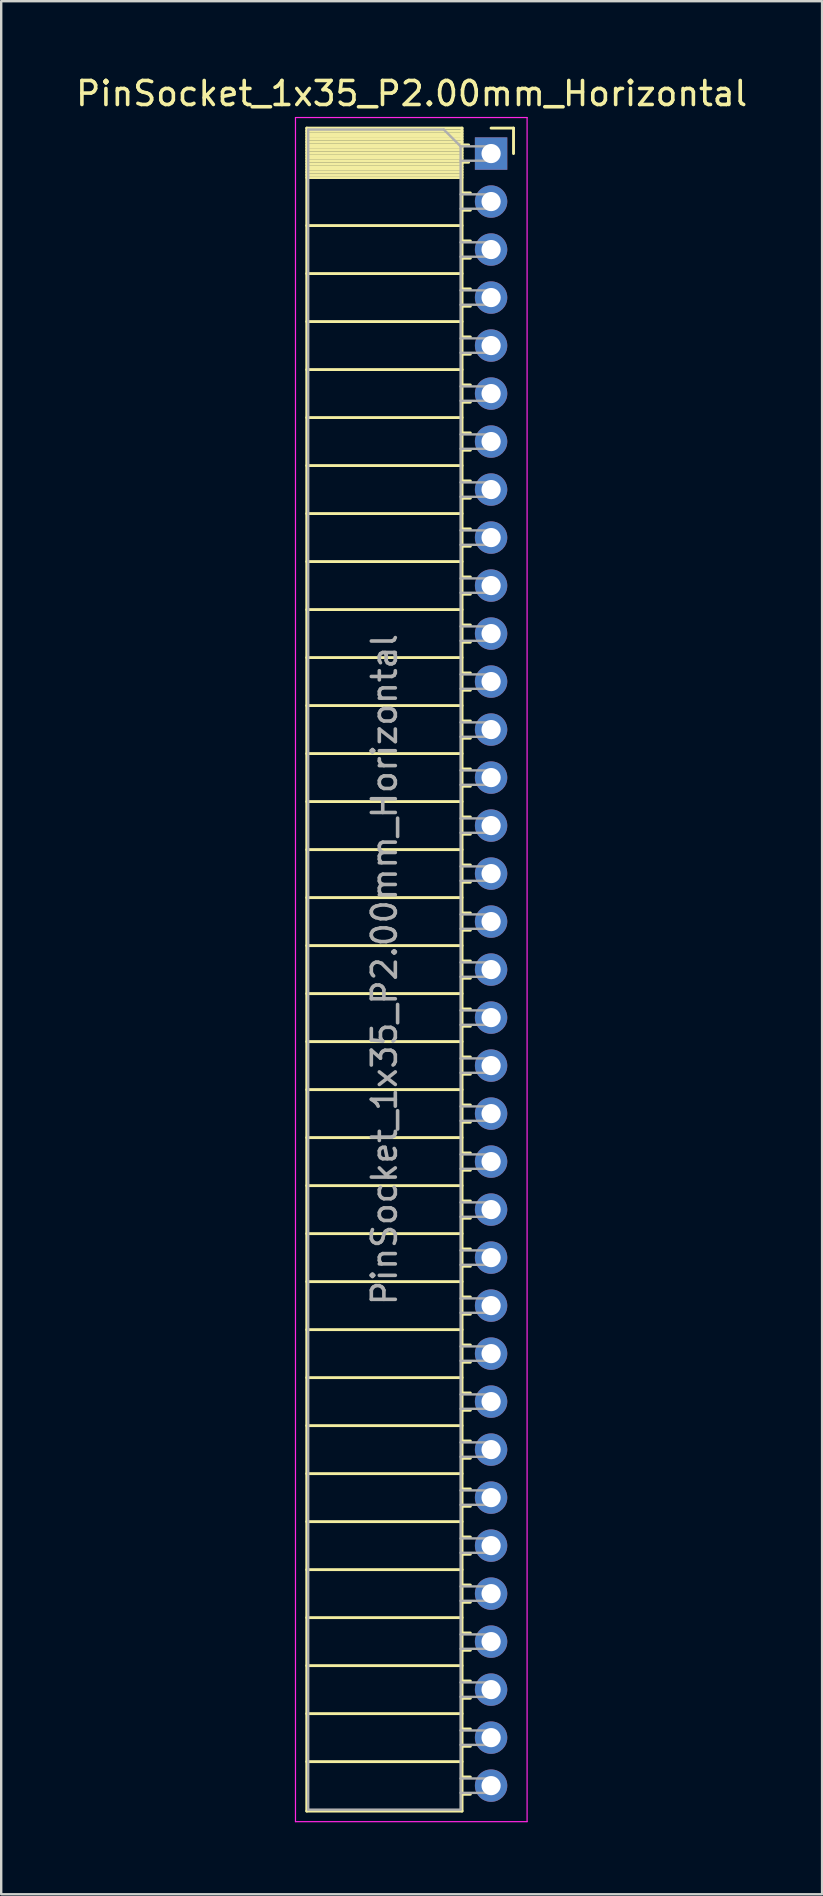
<source format=kicad_pcb>
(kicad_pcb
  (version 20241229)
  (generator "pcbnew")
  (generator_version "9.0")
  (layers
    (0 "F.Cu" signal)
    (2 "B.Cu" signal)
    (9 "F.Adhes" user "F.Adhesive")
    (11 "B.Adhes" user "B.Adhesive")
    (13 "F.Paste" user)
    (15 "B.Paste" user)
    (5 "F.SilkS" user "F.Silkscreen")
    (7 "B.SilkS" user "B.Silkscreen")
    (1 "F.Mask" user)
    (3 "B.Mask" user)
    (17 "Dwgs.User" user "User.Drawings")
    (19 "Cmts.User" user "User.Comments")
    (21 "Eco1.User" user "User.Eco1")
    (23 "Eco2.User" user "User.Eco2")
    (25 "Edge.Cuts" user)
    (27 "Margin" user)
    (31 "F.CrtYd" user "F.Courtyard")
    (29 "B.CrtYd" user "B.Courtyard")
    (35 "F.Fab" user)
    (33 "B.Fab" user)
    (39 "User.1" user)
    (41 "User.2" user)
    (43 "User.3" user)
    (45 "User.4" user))
  (footprint "PinSocket_1x35_P2.00mm_Horizontal"
    (layer "F.Cu")
    (at 17.411 3.348)
    (property "Reference" "PinSocket_1x35_P2.00mm_Horizontal" (at -3.31 -2.5 0) (layer "F.SilkS") (effects (font (size 1 1) (thickness 0.15))))
    (attr through_hole)
    (fp_line (start -7.68 -1.06) (end -7.68 69.06) (stroke (width 0.12) (type solid)) (layer "F.SilkS"))
    (fp_line (start -7.68 -1.06) (end -1.21 -1.06) (stroke (width 0.12) (type solid)) (layer "F.SilkS"))
    (fp_line (start -7.68 -0.94) (end -1.21 -0.94) (stroke (width 0.12) (type solid)) (layer "F.SilkS"))
    (fp_line (start -7.68 -0.826) (end -1.21 -0.826) (stroke (width 0.12) (type solid)) (layer "F.SilkS"))
    (fp_line (start -7.68 -0.712) (end -1.21 -0.712) (stroke (width 0.12) (type solid)) (layer "F.SilkS"))
    (fp_line (start -7.68 -0.598) (end -1.21 -0.598) (stroke (width 0.12) (type solid)) (layer "F.SilkS"))
    (fp_line (start -7.68 -0.484) (end -1.21 -0.484) (stroke (width 0.12) (type solid)) (layer "F.SilkS"))
    (fp_line (start -7.68 -0.369) (end -1.21 -0.369) (stroke (width 0.12) (type solid)) (layer "F.SilkS"))
    (fp_line (start -7.68 -0.255) (end -1.21 -0.255) (stroke (width 0.12) (type solid)) (layer "F.SilkS"))
    (fp_line (start -7.68 -0.141) (end -1.21 -0.141) (stroke (width 0.12) (type solid)) (layer "F.SilkS"))
    (fp_line (start -7.68 -0.027) (end -1.21 -0.027) (stroke (width 0.12) (type solid)) (layer "F.SilkS"))
    (fp_line (start -7.68 0.087) (end -1.21 0.087) (stroke (width 0.12) (type solid)) (layer "F.SilkS"))
    (fp_line (start -7.68 0.201) (end -1.21 0.201) (stroke (width 0.12) (type solid)) (layer "F.SilkS"))
    (fp_line (start -7.68 0.315) (end -1.21 0.315) (stroke (width 0.12) (type solid)) (layer "F.SilkS"))
    (fp_line (start -7.68 0.429) (end -1.21 0.429) (stroke (width 0.12) (type solid)) (layer "F.SilkS"))
    (fp_line (start -7.68 0.544) (end -1.21 0.544) (stroke (width 0.12) (type solid)) (layer "F.SilkS"))
    (fp_line (start -7.68 0.658) (end -1.21 0.658) (stroke (width 0.12) (type solid)) (layer "F.SilkS"))
    (fp_line (start -7.68 0.772) (end -1.21 0.772) (stroke (width 0.12) (type solid)) (layer "F.SilkS"))
    (fp_line (start -7.68 0.886) (end -1.21 0.886) (stroke (width 0.12) (type solid)) (layer "F.SilkS"))
    (fp_line (start -7.68 1) (end -1.21 1) (stroke (width 0.12) (type solid)) (layer "F.SilkS"))
    (fp_line (start -7.68 3) (end -1.21 3) (stroke (width 0.12) (type solid)) (layer "F.SilkS"))
    (fp_line (start -7.68 5) (end -1.21 5) (stroke (width 0.12) (type solid)) (layer "F.SilkS"))
    (fp_line (start -7.68 7) (end -1.21 7) (stroke (width 0.12) (type solid)) (layer "F.SilkS"))
    (fp_line (start -7.68 9) (end -1.21 9) (stroke (width 0.12) (type solid)) (layer "F.SilkS"))
    (fp_line (start -7.68 11) (end -1.21 11) (stroke (width 0.12) (type solid)) (layer "F.SilkS"))
    (fp_line (start -7.68 13) (end -1.21 13) (stroke (width 0.12) (type solid)) (layer "F.SilkS"))
    (fp_line (start -7.68 15) (end -1.21 15) (stroke (width 0.12) (type solid)) (layer "F.SilkS"))
    (fp_line (start -7.68 17) (end -1.21 17) (stroke (width 0.12) (type solid)) (layer "F.SilkS"))
    (fp_line (start -7.68 19) (end -1.21 19) (stroke (width 0.12) (type solid)) (layer "F.SilkS"))
    (fp_line (start -7.68 21) (end -1.21 21) (stroke (width 0.12) (type solid)) (layer "F.SilkS"))
    (fp_line (start -7.68 23) (end -1.21 23) (stroke (width 0.12) (type solid)) (layer "F.SilkS"))
    (fp_line (start -7.68 25) (end -1.21 25) (stroke (width 0.12) (type solid)) (layer "F.SilkS"))
    (fp_line (start -7.68 27) (end -1.21 27) (stroke (width 0.12) (type solid)) (layer "F.SilkS"))
    (fp_line (start -7.68 29) (end -1.21 29) (stroke (width 0.12) (type solid)) (layer "F.SilkS"))
    (fp_line (start -7.68 31) (end -1.21 31) (stroke (width 0.12) (type solid)) (layer "F.SilkS"))
    (fp_line (start -7.68 33) (end -1.21 33) (stroke (width 0.12) (type solid)) (layer "F.SilkS"))
    (fp_line (start -7.68 35) (end -1.21 35) (stroke (width 0.12) (type solid)) (layer "F.SilkS"))
    (fp_line (start -7.68 37) (end -1.21 37) (stroke (width 0.12) (type solid)) (layer "F.SilkS"))
    (fp_line (start -7.68 39) (end -1.21 39) (stroke (width 0.12) (type solid)) (layer "F.SilkS"))
    (fp_line (start -7.68 41) (end -1.21 41) (stroke (width 0.12) (type solid)) (layer "F.SilkS"))
    (fp_line (start -7.68 43) (end -1.21 43) (stroke (width 0.12) (type solid)) (layer "F.SilkS"))
    (fp_line (start -7.68 45) (end -1.21 45) (stroke (width 0.12) (type solid)) (layer "F.SilkS"))
    (fp_line (start -7.68 47) (end -1.21 47) (stroke (width 0.12) (type solid)) (layer "F.SilkS"))
    (fp_line (start -7.68 49) (end -1.21 49) (stroke (width 0.12) (type solid)) (layer "F.SilkS"))
    (fp_line (start -7.68 51) (end -1.21 51) (stroke (width 0.12) (type solid)) (layer "F.SilkS"))
    (fp_line (start -7.68 53) (end -1.21 53) (stroke (width 0.12) (type solid)) (layer "F.SilkS"))
    (fp_line (start -7.68 55) (end -1.21 55) (stroke (width 0.12) (type solid)) (layer "F.SilkS"))
    (fp_line (start -7.68 57) (end -1.21 57) (stroke (width 0.12) (type solid)) (layer "F.SilkS"))
    (fp_line (start -7.68 59) (end -1.21 59) (stroke (width 0.12) (type solid)) (layer "F.SilkS"))
    (fp_line (start -7.68 61) (end -1.21 61) (stroke (width 0.12) (type solid)) (layer "F.SilkS"))
    (fp_line (start -7.68 63) (end -1.21 63) (stroke (width 0.12) (type solid)) (layer "F.SilkS"))
    (fp_line (start -7.68 65) (end -1.21 65) (stroke (width 0.12) (type solid)) (layer "F.SilkS"))
    (fp_line (start -7.68 67) (end -1.21 67) (stroke (width 0.12) (type solid)) (layer "F.SilkS"))
    (fp_line (start -7.68 69.06) (end -1.21 69.06) (stroke (width 0.12) (type solid)) (layer "F.SilkS"))
    (fp_line (start -1.21 -1.06) (end -1.21 69.06) (stroke (width 0.12) (type solid)) (layer "F.SilkS"))
    (fp_line (start -1.21 -0.36) (end -0.935 -0.36) (stroke (width 0.12) (type solid)) (layer "F.SilkS"))
    (fp_line (start -1.21 0.36) (end -0.935 0.36) (stroke (width 0.12) (type solid)) (layer "F.SilkS"))
    (fp_line (start -1.21 1.64) (end -0.863 1.64) (stroke (width 0.12) (type solid)) (layer "F.SilkS"))
    (fp_line (start -1.21 2.36) (end -0.863 2.36) (stroke (width 0.12) (type solid)) (layer "F.SilkS"))
    (fp_line (start -1.21 3.64) (end -0.863 3.64) (stroke (width 0.12) (type solid)) (layer "F.SilkS"))
    (fp_line (start -1.21 4.36) (end -0.863 4.36) (stroke (width 0.12) (type solid)) (layer "F.SilkS"))
    (fp_line (start -1.21 5.64) (end -0.863 5.64) (stroke (width 0.12) (type solid)) (layer "F.SilkS"))
    (fp_line (start -1.21 6.36) (end -0.863 6.36) (stroke (width 0.12) (type solid)) (layer "F.SilkS"))
    (fp_line (start -1.21 7.64) (end -0.863 7.64) (stroke (width 0.12) (type solid)) (layer "F.SilkS"))
    (fp_line (start -1.21 8.36) (end -0.863 8.36) (stroke (width 0.12) (type solid)) (layer "F.SilkS"))
    (fp_line (start -1.21 9.64) (end -0.863 9.64) (stroke (width 0.12) (type solid)) (layer "F.SilkS"))
    (fp_line (start -1.21 10.36) (end -0.863 10.36) (stroke (width 0.12) (type solid)) (layer "F.SilkS"))
    (fp_line (start -1.21 11.64) (end -0.863 11.64) (stroke (width 0.12) (type solid)) (layer "F.SilkS"))
    (fp_line (start -1.21 12.36) (end -0.863 12.36) (stroke (width 0.12) (type solid)) (layer "F.SilkS"))
    (fp_line (start -1.21 13.64) (end -0.863 13.64) (stroke (width 0.12) (type solid)) (layer "F.SilkS"))
    (fp_line (start -1.21 14.36) (end -0.863 14.36) (stroke (width 0.12) (type solid)) (layer "F.SilkS"))
    (fp_line (start -1.21 15.64) (end -0.863 15.64) (stroke (width 0.12) (type solid)) (layer "F.SilkS"))
    (fp_line (start -1.21 16.36) (end -0.863 16.36) (stroke (width 0.12) (type solid)) (layer "F.SilkS"))
    (fp_line (start -1.21 17.64) (end -0.863 17.64) (stroke (width 0.12) (type solid)) (layer "F.SilkS"))
    (fp_line (start -1.21 18.36) (end -0.863 18.36) (stroke (width 0.12) (type solid)) (layer "F.SilkS"))
    (fp_line (start -1.21 19.64) (end -0.863 19.64) (stroke (width 0.12) (type solid)) (layer "F.SilkS"))
    (fp_line (start -1.21 20.36) (end -0.863 20.36) (stroke (width 0.12) (type solid)) (layer "F.SilkS"))
    (fp_line (start -1.21 21.64) (end -0.863 21.64) (stroke (width 0.12) (type solid)) (layer "F.SilkS"))
    (fp_line (start -1.21 22.36) (end -0.863 22.36) (stroke (width 0.12) (type solid)) (layer "F.SilkS"))
    (fp_line (start -1.21 23.64) (end -0.863 23.64) (stroke (width 0.12) (type solid)) (layer "F.SilkS"))
    (fp_line (start -1.21 24.36) (end -0.863 24.36) (stroke (width 0.12) (type solid)) (layer "F.SilkS"))
    (fp_line (start -1.21 25.64) (end -0.863 25.64) (stroke (width 0.12) (type solid)) (layer "F.SilkS"))
    (fp_line (start -1.21 26.36) (end -0.863 26.36) (stroke (width 0.12) (type solid)) (layer "F.SilkS"))
    (fp_line (start -1.21 27.64) (end -0.863 27.64) (stroke (width 0.12) (type solid)) (layer "F.SilkS"))
    (fp_line (start -1.21 28.36) (end -0.863 28.36) (stroke (width 0.12) (type solid)) (layer "F.SilkS"))
    (fp_line (start -1.21 29.64) (end -0.863 29.64) (stroke (width 0.12) (type solid)) (layer "F.SilkS"))
    (fp_line (start -1.21 30.36) (end -0.863 30.36) (stroke (width 0.12) (type solid)) (layer "F.SilkS"))
    (fp_line (start -1.21 31.64) (end -0.863 31.64) (stroke (width 0.12) (type solid)) (layer "F.SilkS"))
    (fp_line (start -1.21 32.36) (end -0.863 32.36) (stroke (width 0.12) (type solid)) (layer "F.SilkS"))
    (fp_line (start -1.21 33.64) (end -0.863 33.64) (stroke (width 0.12) (type solid)) (layer "F.SilkS"))
    (fp_line (start -1.21 34.36) (end -0.863 34.36) (stroke (width 0.12) (type solid)) (layer "F.SilkS"))
    (fp_line (start -1.21 35.64) (end -0.863 35.64) (stroke (width 0.12) (type solid)) (layer "F.SilkS"))
    (fp_line (start -1.21 36.36) (end -0.863 36.36) (stroke (width 0.12) (type solid)) (layer "F.SilkS"))
    (fp_line (start -1.21 37.64) (end -0.863 37.64) (stroke (width 0.12) (type solid)) (layer "F.SilkS"))
    (fp_line (start -1.21 38.36) (end -0.863 38.36) (stroke (width 0.12) (type solid)) (layer "F.SilkS"))
    (fp_line (start -1.21 39.64) (end -0.863 39.64) (stroke (width 0.12) (type solid)) (layer "F.SilkS"))
    (fp_line (start -1.21 40.36) (end -0.863 40.36) (stroke (width 0.12) (type solid)) (layer "F.SilkS"))
    (fp_line (start -1.21 41.64) (end -0.863 41.64) (stroke (width 0.12) (type solid)) (layer "F.SilkS"))
    (fp_line (start -1.21 42.36) (end -0.863 42.36) (stroke (width 0.12) (type solid)) (layer "F.SilkS"))
    (fp_line (start -1.21 43.64) (end -0.863 43.64) (stroke (width 0.12) (type solid)) (layer "F.SilkS"))
    (fp_line (start -1.21 44.36) (end -0.863 44.36) (stroke (width 0.12) (type solid)) (layer "F.SilkS"))
    (fp_line (start -1.21 45.64) (end -0.863 45.64) (stroke (width 0.12) (type solid)) (layer "F.SilkS"))
    (fp_line (start -1.21 46.36) (end -0.863 46.36) (stroke (width 0.12) (type solid)) (layer "F.SilkS"))
    (fp_line (start -1.21 47.64) (end -0.863 47.64) (stroke (width 0.12) (type solid)) (layer "F.SilkS"))
    (fp_line (start -1.21 48.36) (end -0.863 48.36) (stroke (width 0.12) (type solid)) (layer "F.SilkS"))
    (fp_line (start -1.21 49.64) (end -0.863 49.64) (stroke (width 0.12) (type solid)) (layer "F.SilkS"))
    (fp_line (start -1.21 50.36) (end -0.863 50.36) (stroke (width 0.12) (type solid)) (layer "F.SilkS"))
    (fp_line (start -1.21 51.64) (end -0.863 51.64) (stroke (width 0.12) (type solid)) (layer "F.SilkS"))
    (fp_line (start -1.21 52.36) (end -0.863 52.36) (stroke (width 0.12) (type solid)) (layer "F.SilkS"))
    (fp_line (start -1.21 53.64) (end -0.863 53.64) (stroke (width 0.12) (type solid)) (layer "F.SilkS"))
    (fp_line (start -1.21 54.36) (end -0.863 54.36) (stroke (width 0.12) (type solid)) (layer "F.SilkS"))
    (fp_line (start -1.21 55.64) (end -0.863 55.64) (stroke (width 0.12) (type solid)) (layer "F.SilkS"))
    (fp_line (start -1.21 56.36) (end -0.863 56.36) (stroke (width 0.12) (type solid)) (layer "F.SilkS"))
    (fp_line (start -1.21 57.64) (end -0.863 57.64) (stroke (width 0.12) (type solid)) (layer "F.SilkS"))
    (fp_line (start -1.21 58.36) (end -0.863 58.36) (stroke (width 0.12) (type solid)) (layer "F.SilkS"))
    (fp_line (start -1.21 59.64) (end -0.863 59.64) (stroke (width 0.12) (type solid)) (layer "F.SilkS"))
    (fp_line (start -1.21 60.36) (end -0.863 60.36) (stroke (width 0.12) (type solid)) (layer "F.SilkS"))
    (fp_line (start -1.21 61.64) (end -0.863 61.64) (stroke (width 0.12) (type solid)) (layer "F.SilkS"))
    (fp_line (start -1.21 62.36) (end -0.863 62.36) (stroke (width 0.12) (type solid)) (layer "F.SilkS"))
    (fp_line (start -1.21 63.64) (end -0.863 63.64) (stroke (width 0.12) (type solid)) (layer "F.SilkS"))
    (fp_line (start -1.21 64.36) (end -0.863 64.36) (stroke (width 0.12) (type solid)) (layer "F.SilkS"))
    (fp_line (start -1.21 65.64) (end -0.863 65.64) (stroke (width 0.12) (type solid)) (layer "F.SilkS"))
    (fp_line (start -1.21 66.36) (end -0.863 66.36) (stroke (width 0.12) (type solid)) (layer "F.SilkS"))
    (fp_line (start -1.21 67.64) (end -0.863 67.64) (stroke (width 0.12) (type solid)) (layer "F.SilkS"))
    (fp_line (start -1.21 68.36) (end -0.863 68.36) (stroke (width 0.12) (type solid)) (layer "F.SilkS"))
    (fp_line (start 0 -1.06) (end 0.935 -1.06) (stroke (width 0.12) (type solid)) (layer "F.SilkS"))
    (fp_line (start 0.935 -1.06) (end 0.935 0) (stroke (width 0.12) (type solid)) (layer "F.SilkS"))
    (fp_line (start -8.15 -1.5) (end -8.15 69.5) (stroke (width 0.05) (type solid)) (layer "F.CrtYd"))
    (fp_line (start -8.15 69.5) (end 1.5 69.5) (stroke (width 0.05) (type solid)) (layer "F.CrtYd"))
    (fp_line (start 1.5 -1.5) (end -8.15 -1.5) (stroke (width 0.05) (type solid)) (layer "F.CrtYd"))
    (fp_line (start 1.5 69.5) (end 1.5 -1.5) (stroke (width 0.05) (type solid)) (layer "F.CrtYd"))
    (fp_line (start -7.62 -1) (end -1.97 -1) (stroke (width 0.1) (type solid)) (layer "F.Fab"))
    (fp_line (start -7.62 69) (end -7.62 -1) (stroke (width 0.1) (type solid)) (layer "F.Fab"))
    (fp_line (start -1.97 -1) (end -1.27 -0.3) (stroke (width 0.1) (type solid)) (layer "F.Fab"))
    (fp_line (start -1.27 -0.3) (end -1.27 69) (stroke (width 0.1) (type solid)) (layer "F.Fab"))
    (fp_line (start -1.27 0.3) (end 0 0.3) (stroke (width 0.1) (type solid)) (layer "F.Fab"))
    (fp_line (start -1.27 2.3) (end 0 2.3) (stroke (width 0.1) (type solid)) (layer "F.Fab"))
    (fp_line (start -1.27 4.3) (end 0 4.3) (stroke (width 0.1) (type solid)) (layer "F.Fab"))
    (fp_line (start -1.27 6.3) (end 0 6.3) (stroke (width 0.1) (type solid)) (layer "F.Fab"))
    (fp_line (start -1.27 8.3) (end 0 8.3) (stroke (width 0.1) (type solid)) (layer "F.Fab"))
    (fp_line (start -1.27 10.3) (end 0 10.3) (stroke (width 0.1) (type solid)) (layer "F.Fab"))
    (fp_line (start -1.27 12.3) (end 0 12.3) (stroke (width 0.1) (type solid)) (layer "F.Fab"))
    (fp_line (start -1.27 14.3) (end 0 14.3) (stroke (width 0.1) (type solid)) (layer "F.Fab"))
    (fp_line (start -1.27 16.3) (end 0 16.3) (stroke (width 0.1) (type solid)) (layer "F.Fab"))
    (fp_line (start -1.27 18.3) (end 0 18.3) (stroke (width 0.1) (type solid)) (layer "F.Fab"))
    (fp_line (start -1.27 20.3) (end 0 20.3) (stroke (width 0.1) (type solid)) (layer "F.Fab"))
    (fp_line (start -1.27 22.3) (end 0 22.3) (stroke (width 0.1) (type solid)) (layer "F.Fab"))
    (fp_line (start -1.27 24.3) (end 0 24.3) (stroke (width 0.1) (type solid)) (layer "F.Fab"))
    (fp_line (start -1.27 26.3) (end 0 26.3) (stroke (width 0.1) (type solid)) (layer "F.Fab"))
    (fp_line (start -1.27 28.3) (end 0 28.3) (stroke (width 0.1) (type solid)) (layer "F.Fab"))
    (fp_line (start -1.27 30.3) (end 0 30.3) (stroke (width 0.1) (type solid)) (layer "F.Fab"))
    (fp_line (start -1.27 32.3) (end 0 32.3) (stroke (width 0.1) (type solid)) (layer "F.Fab"))
    (fp_line (start -1.27 34.3) (end 0 34.3) (stroke (width 0.1) (type solid)) (layer "F.Fab"))
    (fp_line (start -1.27 36.3) (end 0 36.3) (stroke (width 0.1) (type solid)) (layer "F.Fab"))
    (fp_line (start -1.27 38.3) (end 0 38.3) (stroke (width 0.1) (type solid)) (layer "F.Fab"))
    (fp_line (start -1.27 40.3) (end 0 40.3) (stroke (width 0.1) (type solid)) (layer "F.Fab"))
    (fp_line (start -1.27 42.3) (end 0 42.3) (stroke (width 0.1) (type solid)) (layer "F.Fab"))
    (fp_line (start -1.27 44.3) (end 0 44.3) (stroke (width 0.1) (type solid)) (layer "F.Fab"))
    (fp_line (start -1.27 46.3) (end 0 46.3) (stroke (width 0.1) (type solid)) (layer "F.Fab"))
    (fp_line (start -1.27 48.3) (end 0 48.3) (stroke (width 0.1) (type solid)) (layer "F.Fab"))
    (fp_line (start -1.27 50.3) (end 0 50.3) (stroke (width 0.1) (type solid)) (layer "F.Fab"))
    (fp_line (start -1.27 52.3) (end 0 52.3) (stroke (width 0.1) (type solid)) (layer "F.Fab"))
    (fp_line (start -1.27 54.3) (end 0 54.3) (stroke (width 0.1) (type solid)) (layer "F.Fab"))
    (fp_line (start -1.27 56.3) (end 0 56.3) (stroke (width 0.1) (type solid)) (layer "F.Fab"))
    (fp_line (start -1.27 58.3) (end 0 58.3) (stroke (width 0.1) (type solid)) (layer "F.Fab"))
    (fp_line (start -1.27 60.3) (end 0 60.3) (stroke (width 0.1) (type solid)) (layer "F.Fab"))
    (fp_line (start -1.27 62.3) (end 0 62.3) (stroke (width 0.1) (type solid)) (layer "F.Fab"))
    (fp_line (start -1.27 64.3) (end 0 64.3) (stroke (width 0.1) (type solid)) (layer "F.Fab"))
    (fp_line (start -1.27 66.3) (end 0 66.3) (stroke (width 0.1) (type solid)) (layer "F.Fab"))
    (fp_line (start -1.27 68.3) (end 0 68.3) (stroke (width 0.1) (type solid)) (layer "F.Fab"))
    (fp_line (start -1.27 69) (end -7.62 69) (stroke (width 0.1) (type solid)) (layer "F.Fab"))
    (fp_line (start 0 -0.3) (end -1.27 -0.3) (stroke (width 0.1) (type solid)) (layer "F.Fab"))
    (fp_line (start 0 0.3) (end 0 -0.3) (stroke (width 0.1) (type solid)) (layer "F.Fab"))
    (fp_line (start 0 1.7) (end -1.27 1.7) (stroke (width 0.1) (type solid)) (layer "F.Fab"))
    (fp_line (start 0 2.3) (end 0 1.7) (stroke (width 0.1) (type solid)) (layer "F.Fab"))
    (fp_line (start 0 3.7) (end -1.27 3.7) (stroke (width 0.1) (type solid)) (layer "F.Fab"))
    (fp_line (start 0 4.3) (end 0 3.7) (stroke (width 0.1) (type solid)) (layer "F.Fab"))
    (fp_line (start 0 5.7) (end -1.27 5.7) (stroke (width 0.1) (type solid)) (layer "F.Fab"))
    (fp_line (start 0 6.3) (end 0 5.7) (stroke (width 0.1) (type solid)) (layer "F.Fab"))
    (fp_line (start 0 7.7) (end -1.27 7.7) (stroke (width 0.1) (type solid)) (layer "F.Fab"))
    (fp_line (start 0 8.3) (end 0 7.7) (stroke (width 0.1) (type solid)) (layer "F.Fab"))
    (fp_line (start 0 9.7) (end -1.27 9.7) (stroke (width 0.1) (type solid)) (layer "F.Fab"))
    (fp_line (start 0 10.3) (end 0 9.7) (stroke (width 0.1) (type solid)) (layer "F.Fab"))
    (fp_line (start 0 11.7) (end -1.27 11.7) (stroke (width 0.1) (type solid)) (layer "F.Fab"))
    (fp_line (start 0 12.3) (end 0 11.7) (stroke (width 0.1) (type solid)) (layer "F.Fab"))
    (fp_line (start 0 13.7) (end -1.27 13.7) (stroke (width 0.1) (type solid)) (layer "F.Fab"))
    (fp_line (start 0 14.3) (end 0 13.7) (stroke (width 0.1) (type solid)) (layer "F.Fab"))
    (fp_line (start 0 15.7) (end -1.27 15.7) (stroke (width 0.1) (type solid)) (layer "F.Fab"))
    (fp_line (start 0 16.3) (end 0 15.7) (stroke (width 0.1) (type solid)) (layer "F.Fab"))
    (fp_line (start 0 17.7) (end -1.27 17.7) (stroke (width 0.1) (type solid)) (layer "F.Fab"))
    (fp_line (start 0 18.3) (end 0 17.7) (stroke (width 0.1) (type solid)) (layer "F.Fab"))
    (fp_line (start 0 19.7) (end -1.27 19.7) (stroke (width 0.1) (type solid)) (layer "F.Fab"))
    (fp_line (start 0 20.3) (end 0 19.7) (stroke (width 0.1) (type solid)) (layer "F.Fab"))
    (fp_line (start 0 21.7) (end -1.27 21.7) (stroke (width 0.1) (type solid)) (layer "F.Fab"))
    (fp_line (start 0 22.3) (end 0 21.7) (stroke (width 0.1) (type solid)) (layer "F.Fab"))
    (fp_line (start 0 23.7) (end -1.27 23.7) (stroke (width 0.1) (type solid)) (layer "F.Fab"))
    (fp_line (start 0 24.3) (end 0 23.7) (stroke (width 0.1) (type solid)) (layer "F.Fab"))
    (fp_line (start 0 25.7) (end -1.27 25.7) (stroke (width 0.1) (type solid)) (layer "F.Fab"))
    (fp_line (start 0 26.3) (end 0 25.7) (stroke (width 0.1) (type solid)) (layer "F.Fab"))
    (fp_line (start 0 27.7) (end -1.27 27.7) (stroke (width 0.1) (type solid)) (layer "F.Fab"))
    (fp_line (start 0 28.3) (end 0 27.7) (stroke (width 0.1) (type solid)) (layer "F.Fab"))
    (fp_line (start 0 29.7) (end -1.27 29.7) (stroke (width 0.1) (type solid)) (layer "F.Fab"))
    (fp_line (start 0 30.3) (end 0 29.7) (stroke (width 0.1) (type solid)) (layer "F.Fab"))
    (fp_line (start 0 31.7) (end -1.27 31.7) (stroke (width 0.1) (type solid)) (layer "F.Fab"))
    (fp_line (start 0 32.3) (end 0 31.7) (stroke (width 0.1) (type solid)) (layer "F.Fab"))
    (fp_line (start 0 33.7) (end -1.27 33.7) (stroke (width 0.1) (type solid)) (layer "F.Fab"))
    (fp_line (start 0 34.3) (end 0 33.7) (stroke (width 0.1) (type solid)) (layer "F.Fab"))
    (fp_line (start 0 35.7) (end -1.27 35.7) (stroke (width 0.1) (type solid)) (layer "F.Fab"))
    (fp_line (start 0 36.3) (end 0 35.7) (stroke (width 0.1) (type solid)) (layer "F.Fab"))
    (fp_line (start 0 37.7) (end -1.27 37.7) (stroke (width 0.1) (type solid)) (layer "F.Fab"))
    (fp_line (start 0 38.3) (end 0 37.7) (stroke (width 0.1) (type solid)) (layer "F.Fab"))
    (fp_line (start 0 39.7) (end -1.27 39.7) (stroke (width 0.1) (type solid)) (layer "F.Fab"))
    (fp_line (start 0 40.3) (end 0 39.7) (stroke (width 0.1) (type solid)) (layer "F.Fab"))
    (fp_line (start 0 41.7) (end -1.27 41.7) (stroke (width 0.1) (type solid)) (layer "F.Fab"))
    (fp_line (start 0 42.3) (end 0 41.7) (stroke (width 0.1) (type solid)) (layer "F.Fab"))
    (fp_line (start 0 43.7) (end -1.27 43.7) (stroke (width 0.1) (type solid)) (layer "F.Fab"))
    (fp_line (start 0 44.3) (end 0 43.7) (stroke (width 0.1) (type solid)) (layer "F.Fab"))
    (fp_line (start 0 45.7) (end -1.27 45.7) (stroke (width 0.1) (type solid)) (layer "F.Fab"))
    (fp_line (start 0 46.3) (end 0 45.7) (stroke (width 0.1) (type solid)) (layer "F.Fab"))
    (fp_line (start 0 47.7) (end -1.27 47.7) (stroke (width 0.1) (type solid)) (layer "F.Fab"))
    (fp_line (start 0 48.3) (end 0 47.7) (stroke (width 0.1) (type solid)) (layer "F.Fab"))
    (fp_line (start 0 49.7) (end -1.27 49.7) (stroke (width 0.1) (type solid)) (layer "F.Fab"))
    (fp_line (start 0 50.3) (end 0 49.7) (stroke (width 0.1) (type solid)) (layer "F.Fab"))
    (fp_line (start 0 51.7) (end -1.27 51.7) (stroke (width 0.1) (type solid)) (layer "F.Fab"))
    (fp_line (start 0 52.3) (end 0 51.7) (stroke (width 0.1) (type solid)) (layer "F.Fab"))
    (fp_line (start 0 53.7) (end -1.27 53.7) (stroke (width 0.1) (type solid)) (layer "F.Fab"))
    (fp_line (start 0 54.3) (end 0 53.7) (stroke (width 0.1) (type solid)) (layer "F.Fab"))
    (fp_line (start 0 55.7) (end -1.27 55.7) (stroke (width 0.1) (type solid)) (layer "F.Fab"))
    (fp_line (start 0 56.3) (end 0 55.7) (stroke (width 0.1) (type solid)) (layer "F.Fab"))
    (fp_line (start 0 57.7) (end -1.27 57.7) (stroke (width 0.1) (type solid)) (layer "F.Fab"))
    (fp_line (start 0 58.3) (end 0 57.7) (stroke (width 0.1) (type solid)) (layer "F.Fab"))
    (fp_line (start 0 59.7) (end -1.27 59.7) (stroke (width 0.1) (type solid)) (layer "F.Fab"))
    (fp_line (start 0 60.3) (end 0 59.7) (stroke (width 0.1) (type solid)) (layer "F.Fab"))
    (fp_line (start 0 61.7) (end -1.27 61.7) (stroke (width 0.1) (type solid)) (layer "F.Fab"))
    (fp_line (start 0 62.3) (end 0 61.7) (stroke (width 0.1) (type solid)) (layer "F.Fab"))
    (fp_line (start 0 63.7) (end -1.27 63.7) (stroke (width 0.1) (type solid)) (layer "F.Fab"))
    (fp_line (start 0 64.3) (end 0 63.7) (stroke (width 0.1) (type solid)) (layer "F.Fab"))
    (fp_line (start 0 65.7) (end -1.27 65.7) (stroke (width 0.1) (type solid)) (layer "F.Fab"))
    (fp_line (start 0 66.3) (end 0 65.7) (stroke (width 0.1) (type solid)) (layer "F.Fab"))
    (fp_line (start 0 67.7) (end -1.27 67.7) (stroke (width 0.1) (type solid)) (layer "F.Fab"))
    (fp_line (start 0 68.3) (end 0 67.7) (stroke (width 0.1) (type solid)) (layer "F.Fab"))
    (fp_text user "${REFERENCE}" (at -4.445 34 90) (layer "F.Fab") (effects (font (size 1 1) (thickness 0.15))))
    (pad "1" thru_hole rect (at 0 0) (size 1.35 1.35) (drill 0.8) (layers "*.Cu" "*.Mask"))
    (pad "2" thru_hole oval (at 0 2) (size 1.35 1.35) (drill 0.8) (layers "*.Cu" "*.Mask"))
    (pad "3" thru_hole oval (at 0 4) (size 1.35 1.35) (drill 0.8) (layers "*.Cu" "*.Mask"))
    (pad "4" thru_hole oval (at 0 6) (size 1.35 1.35) (drill 0.8) (layers "*.Cu" "*.Mask"))
    (pad "5" thru_hole oval (at 0 8) (size 1.35 1.35) (drill 0.8) (layers "*.Cu" "*.Mask"))
    (pad "6" thru_hole oval (at 0 10) (size 1.35 1.35) (drill 0.8) (layers "*.Cu" "*.Mask"))
    (pad "7" thru_hole oval (at 0 12) (size 1.35 1.35) (drill 0.8) (layers "*.Cu" "*.Mask"))
    (pad "8" thru_hole oval (at 0 14) (size 1.35 1.35) (drill 0.8) (layers "*.Cu" "*.Mask"))
    (pad "9" thru_hole oval (at 0 16) (size 1.35 1.35) (drill 0.8) (layers "*.Cu" "*.Mask"))
    (pad "10" thru_hole oval (at 0 18) (size 1.35 1.35) (drill 0.8) (layers "*.Cu" "*.Mask"))
    (pad "11" thru_hole oval (at 0 20) (size 1.35 1.35) (drill 0.8) (layers "*.Cu" "*.Mask"))
    (pad "12" thru_hole oval (at 0 22) (size 1.35 1.35) (drill 0.8) (layers "*.Cu" "*.Mask"))
    (pad "13" thru_hole oval (at 0 24) (size 1.35 1.35) (drill 0.8) (layers "*.Cu" "*.Mask"))
    (pad "14" thru_hole oval (at 0 26) (size 1.35 1.35) (drill 0.8) (layers "*.Cu" "*.Mask"))
    (pad "15" thru_hole oval (at 0 28) (size 1.35 1.35) (drill 0.8) (layers "*.Cu" "*.Mask"))
    (pad "16" thru_hole oval (at 0 30) (size 1.35 1.35) (drill 0.8) (layers "*.Cu" "*.Mask"))
    (pad "17" thru_hole oval (at 0 32) (size 1.35 1.35) (drill 0.8) (layers "*.Cu" "*.Mask"))
    (pad "18" thru_hole oval (at 0 34) (size 1.35 1.35) (drill 0.8) (layers "*.Cu" "*.Mask"))
    (pad "19" thru_hole oval (at 0 36) (size 1.35 1.35) (drill 0.8) (layers "*.Cu" "*.Mask"))
    (pad "20" thru_hole oval (at 0 38) (size 1.35 1.35) (drill 0.8) (layers "*.Cu" "*.Mask"))
    (pad "21" thru_hole oval (at 0 40) (size 1.35 1.35) (drill 0.8) (layers "*.Cu" "*.Mask"))
    (pad "22" thru_hole oval (at 0 42) (size 1.35 1.35) (drill 0.8) (layers "*.Cu" "*.Mask"))
    (pad "23" thru_hole oval (at 0 44) (size 1.35 1.35) (drill 0.8) (layers "*.Cu" "*.Mask"))
    (pad "24" thru_hole oval (at 0 46) (size 1.35 1.35) (drill 0.8) (layers "*.Cu" "*.Mask"))
    (pad "25" thru_hole oval (at 0 48) (size 1.35 1.35) (drill 0.8) (layers "*.Cu" "*.Mask"))
    (pad "26" thru_hole oval (at 0 50) (size 1.35 1.35) (drill 0.8) (layers "*.Cu" "*.Mask"))
    (pad "27" thru_hole oval (at 0 52) (size 1.35 1.35) (drill 0.8) (layers "*.Cu" "*.Mask"))
    (pad "28" thru_hole oval (at 0 54) (size 1.35 1.35) (drill 0.8) (layers "*.Cu" "*.Mask"))
    (pad "29" thru_hole oval (at 0 56) (size 1.35 1.35) (drill 0.8) (layers "*.Cu" "*.Mask"))
    (pad "30" thru_hole oval (at 0 58) (size 1.35 1.35) (drill 0.8) (layers "*.Cu" "*.Mask"))
    (pad "31" thru_hole oval (at 0 60) (size 1.35 1.35) (drill 0.8) (layers "*.Cu" "*.Mask"))
    (pad "32" thru_hole oval (at 0 62) (size 1.35 1.35) (drill 0.8) (layers "*.Cu" "*.Mask"))
    (pad "33" thru_hole oval (at 0 64) (size 1.35 1.35) (drill 0.8) (layers "*.Cu" "*.Mask"))
    (pad "34" thru_hole oval (at 0 66) (size 1.35 1.35) (drill 0.8) (layers "*.Cu" "*.Mask"))
    (pad "35" thru_hole oval (at 0 68) (size 1.35 1.35) (drill 0.8) (layers "*.Cu" "*.Mask")))
  (gr_rect
    (start -3 -3)
    (end 31.202 75.873)
    (stroke (width 0.1) (type default))
    (fill no)
    (layer "Edge.Cuts")))
</source>
